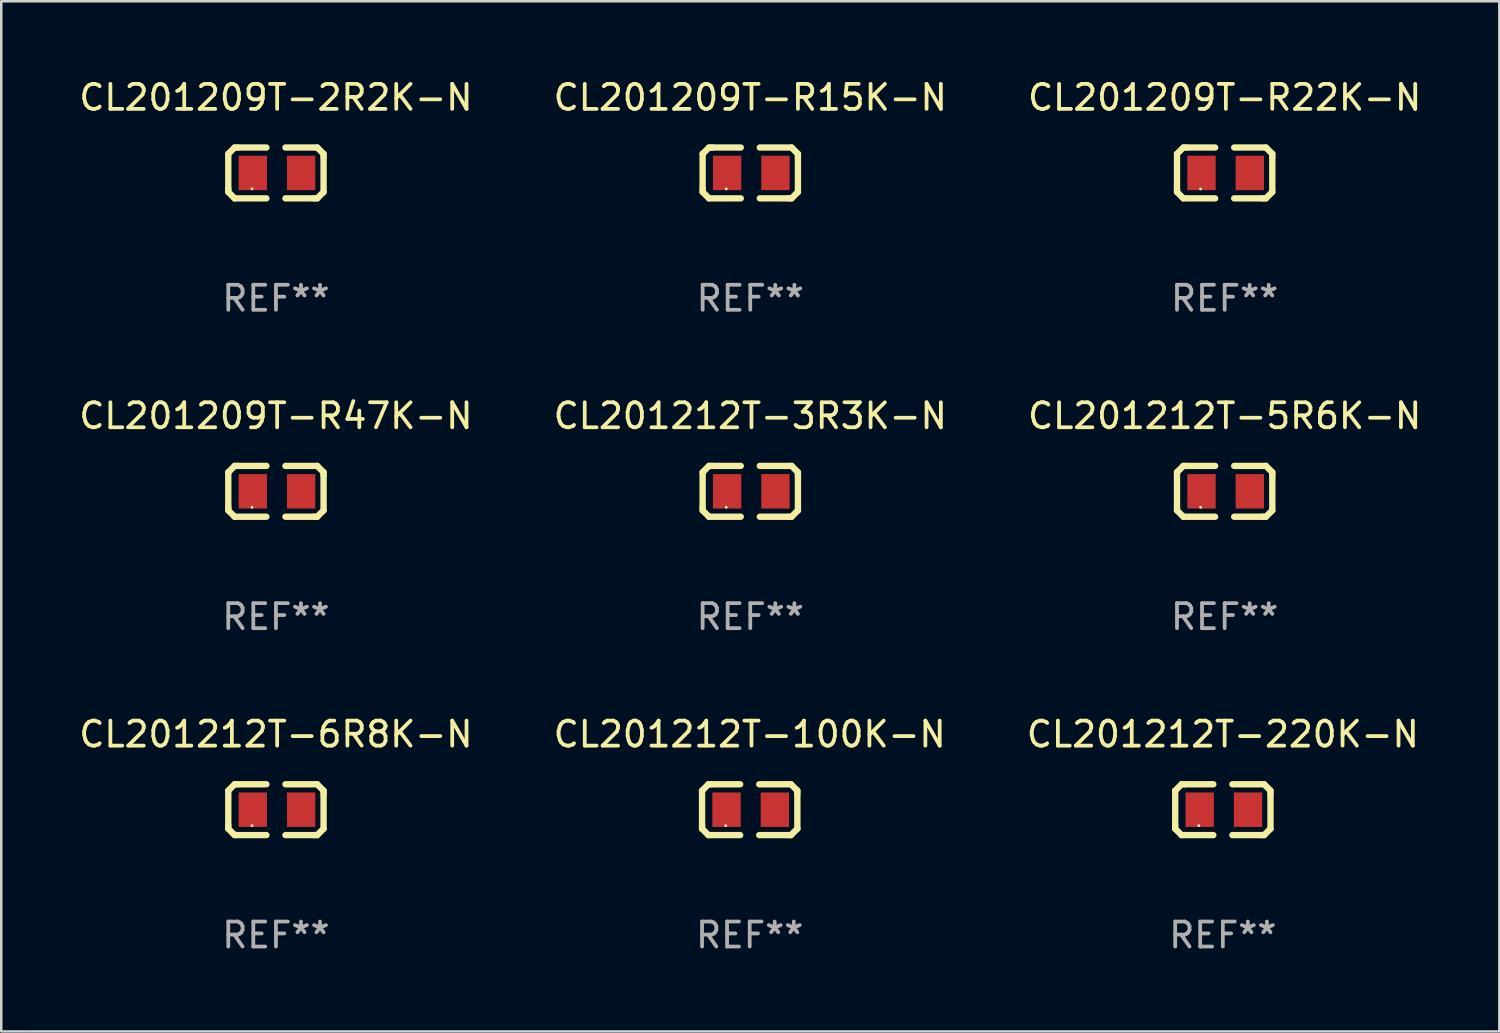
<source format=kicad_pcb>
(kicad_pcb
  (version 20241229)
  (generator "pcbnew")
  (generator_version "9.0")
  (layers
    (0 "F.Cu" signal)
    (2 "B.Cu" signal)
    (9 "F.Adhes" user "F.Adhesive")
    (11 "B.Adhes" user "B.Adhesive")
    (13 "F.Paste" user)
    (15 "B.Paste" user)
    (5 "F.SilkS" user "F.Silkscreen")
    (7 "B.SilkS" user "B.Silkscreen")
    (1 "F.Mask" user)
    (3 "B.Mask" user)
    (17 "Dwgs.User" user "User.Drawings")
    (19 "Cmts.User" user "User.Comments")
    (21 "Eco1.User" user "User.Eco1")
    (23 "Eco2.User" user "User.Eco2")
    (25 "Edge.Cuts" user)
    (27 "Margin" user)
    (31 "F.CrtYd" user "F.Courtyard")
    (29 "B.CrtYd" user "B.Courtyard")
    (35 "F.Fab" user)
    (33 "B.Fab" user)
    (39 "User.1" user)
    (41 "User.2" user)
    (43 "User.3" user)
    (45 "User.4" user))
  (footprint "CL201212T-5R6K-N"
    (layer "F.Cu")
    (at 45.911 16.593)
    (property "Reference" "CL201212T-5R6K-N" (at 0 -3.016 0) (layer "F.SilkS") (effects (font (size 1 1) (thickness 0.15))))
    (attr through_hole)
    (fp_line (start -1.905 -0.762) (end -1.905 0.635) (stroke (width 0.254) (type solid)) (layer "F.SilkS"))
    (fp_line (start -1.905 0.635) (end -1.905 0.762) (stroke (width 0.254) (type solid)) (layer "F.SilkS"))
    (fp_line (start -1.905 0.762) (end -1.651 1.016) (stroke (width 0.254) (type solid)) (layer "F.SilkS"))
    (fp_line (start -1.651 -1.016) (end -1.905 -0.762) (stroke (width 0.254) (type solid)) (layer "F.SilkS"))
    (fp_line (start -1.651 1.016) (end -0.381 1.016) (stroke (width 0.254) (type solid)) (layer "F.SilkS"))
    (fp_line (start -1.524 -1.016) (end -1.651 -1.016) (stroke (width 0.254) (type solid)) (layer "F.SilkS"))
    (fp_line (start -0.381 -1.016) (end -1.524 -1.016) (stroke (width 0.254) (type solid)) (layer "F.SilkS"))
    (fp_line (start 0.381 1.016) (end 1.524 1.016) (stroke (width 0.254) (type solid)) (layer "F.SilkS"))
    (fp_line (start 1.524 1.016) (end 1.651 1.016) (stroke (width 0.254) (type solid)) (layer "F.SilkS"))
    (fp_line (start 1.651 -1.016) (end 0.381 -1.016) (stroke (width 0.254) (type solid)) (layer "F.SilkS"))
    (fp_line (start 1.651 1.016) (end 1.905 0.762) (stroke (width 0.254) (type solid)) (layer "F.SilkS"))
    (fp_line (start 1.905 -0.762) (end 1.651 -1.016) (stroke (width 0.254) (type solid)) (layer "F.SilkS"))
    (fp_line (start 1.905 -0.635) (end 1.905 -0.762) (stroke (width 0.254) (type solid)) (layer "F.SilkS"))
    (fp_line (start 1.905 0.762) (end 1.905 -0.635) (stroke (width 0.254) (type solid)) (layer "F.SilkS"))
    (fp_circle (center -0.96 0.637) (end -0.93 0.637) (stroke (width 0.06) (type solid)) (fill no) (layer "F.SilkS"))
    (fp_text user "REF**" (at 0 5.016 0) (layer "F.Fab") (effects (font (size 1 1) (thickness 0.15))))
    (pad "1" smd rect (at -0.926 -0.000051) (size 1.133 1.377) (layers "F.Cu" "F.Mask" "F.Paste"))
    (pad "2" smd rect (at 1.006 -0.000051) (size 1.133 1.377) (layers "F.Cu" "F.Mask" "F.Paste")))
  (footprint "CL201209T-R47K-N"
    (layer "F.Cu")
    (at 7.982 16.593)
    (property "Reference" "CL201209T-R47K-N" (at 0 -3.016 0) (layer "F.SilkS") (effects (font (size 1 1) (thickness 0.15))))
    (attr through_hole)
    (fp_line (start -1.905 -0.762) (end -1.905 0.635) (stroke (width 0.254) (type solid)) (layer "F.SilkS"))
    (fp_line (start -1.905 0.635) (end -1.905 0.762) (stroke (width 0.254) (type solid)) (layer "F.SilkS"))
    (fp_line (start -1.905 0.762) (end -1.651 1.016) (stroke (width 0.254) (type solid)) (layer "F.SilkS"))
    (fp_line (start -1.651 -1.016) (end -1.905 -0.762) (stroke (width 0.254) (type solid)) (layer "F.SilkS"))
    (fp_line (start -1.651 1.016) (end -0.381 1.016) (stroke (width 0.254) (type solid)) (layer "F.SilkS"))
    (fp_line (start -1.524 -1.016) (end -1.651 -1.016) (stroke (width 0.254) (type solid)) (layer "F.SilkS"))
    (fp_line (start -0.381 -1.016) (end -1.524 -1.016) (stroke (width 0.254) (type solid)) (layer "F.SilkS"))
    (fp_line (start 0.381 1.016) (end 1.524 1.016) (stroke (width 0.254) (type solid)) (layer "F.SilkS"))
    (fp_line (start 1.524 1.016) (end 1.651 1.016) (stroke (width 0.254) (type solid)) (layer "F.SilkS"))
    (fp_line (start 1.651 -1.016) (end 0.381 -1.016) (stroke (width 0.254) (type solid)) (layer "F.SilkS"))
    (fp_line (start 1.651 1.016) (end 1.905 0.762) (stroke (width 0.254) (type solid)) (layer "F.SilkS"))
    (fp_line (start 1.905 -0.762) (end 1.651 -1.016) (stroke (width 0.254) (type solid)) (layer "F.SilkS"))
    (fp_line (start 1.905 -0.635) (end 1.905 -0.762) (stroke (width 0.254) (type solid)) (layer "F.SilkS"))
    (fp_line (start 1.905 0.762) (end 1.905 -0.635) (stroke (width 0.254) (type solid)) (layer "F.SilkS"))
    (fp_circle (center -0.96 0.637) (end -0.93 0.637) (stroke (width 0.06) (type solid)) (fill no) (layer "F.SilkS"))
    (fp_text user "REF**" (at 0 5.016 0) (layer "F.Fab") (effects (font (size 1 1) (thickness 0.15))))
    (pad "1" smd rect (at -0.926 -0.000051) (size 1.133 1.377) (layers "F.Cu" "F.Mask" "F.Paste"))
    (pad "2" smd rect (at 1.006 -0.000051) (size 1.133 1.377) (layers "F.Cu" "F.Mask" "F.Paste")))
  (footprint "CL201212T-100K-N"
    (layer "F.Cu")
    (at 26.923 29.321)
    (property "Reference" "CL201212T-100K-N" (at 0 -3.016 0) (layer "F.SilkS") (effects (font (size 1 1) (thickness 0.15))))
    (attr through_hole)
    (fp_line (start -1.905 -0.762) (end -1.905 0.635) (stroke (width 0.254) (type solid)) (layer "F.SilkS"))
    (fp_line (start -1.905 0.635) (end -1.905 0.762) (stroke (width 0.254) (type solid)) (layer "F.SilkS"))
    (fp_line (start -1.905 0.762) (end -1.651 1.016) (stroke (width 0.254) (type solid)) (layer "F.SilkS"))
    (fp_line (start -1.651 -1.016) (end -1.905 -0.762) (stroke (width 0.254) (type solid)) (layer "F.SilkS"))
    (fp_line (start -1.651 1.016) (end -0.381 1.016) (stroke (width 0.254) (type solid)) (layer "F.SilkS"))
    (fp_line (start -1.524 -1.016) (end -1.651 -1.016) (stroke (width 0.254) (type solid)) (layer "F.SilkS"))
    (fp_line (start -0.381 -1.016) (end -1.524 -1.016) (stroke (width 0.254) (type solid)) (layer "F.SilkS"))
    (fp_line (start 0.381 1.016) (end 1.524 1.016) (stroke (width 0.254) (type solid)) (layer "F.SilkS"))
    (fp_line (start 1.524 1.016) (end 1.651 1.016) (stroke (width 0.254) (type solid)) (layer "F.SilkS"))
    (fp_line (start 1.651 -1.016) (end 0.381 -1.016) (stroke (width 0.254) (type solid)) (layer "F.SilkS"))
    (fp_line (start 1.651 1.016) (end 1.905 0.762) (stroke (width 0.254) (type solid)) (layer "F.SilkS"))
    (fp_line (start 1.905 -0.762) (end 1.651 -1.016) (stroke (width 0.254) (type solid)) (layer "F.SilkS"))
    (fp_line (start 1.905 -0.635) (end 1.905 -0.762) (stroke (width 0.254) (type solid)) (layer "F.SilkS"))
    (fp_line (start 1.905 0.762) (end 1.905 -0.635) (stroke (width 0.254) (type solid)) (layer "F.SilkS"))
    (fp_circle (center -0.96 0.637) (end -0.93 0.637) (stroke (width 0.06) (type solid)) (fill no) (layer "F.SilkS"))
    (fp_text user "REF**" (at 0 5.016 0) (layer "F.Fab") (effects (font (size 1 1) (thickness 0.15))))
    (pad "1" smd rect (at -0.926 -0.000051) (size 1.133 1.377) (layers "F.Cu" "F.Mask" "F.Paste"))
    (pad "2" smd rect (at 1.006 -0.000051) (size 1.133 1.377) (layers "F.Cu" "F.Mask" "F.Paste")))
  (footprint "CL201209T-2R2K-N"
    (layer "F.Cu")
    (at 7.982 3.864)
    (property "Reference" "CL201209T-2R2K-N" (at 0 -3.016 0) (layer "F.SilkS") (effects (font (size 1 1) (thickness 0.15))))
    (attr through_hole)
    (fp_line (start -1.905 -0.762) (end -1.905 0.635) (stroke (width 0.254) (type solid)) (layer "F.SilkS"))
    (fp_line (start -1.905 0.635) (end -1.905 0.762) (stroke (width 0.254) (type solid)) (layer "F.SilkS"))
    (fp_line (start -1.905 0.762) (end -1.651 1.016) (stroke (width 0.254) (type solid)) (layer "F.SilkS"))
    (fp_line (start -1.651 -1.016) (end -1.905 -0.762) (stroke (width 0.254) (type solid)) (layer "F.SilkS"))
    (fp_line (start -1.651 1.016) (end -0.381 1.016) (stroke (width 0.254) (type solid)) (layer "F.SilkS"))
    (fp_line (start -1.524 -1.016) (end -1.651 -1.016) (stroke (width 0.254) (type solid)) (layer "F.SilkS"))
    (fp_line (start -0.381 -1.016) (end -1.524 -1.016) (stroke (width 0.254) (type solid)) (layer "F.SilkS"))
    (fp_line (start 0.381 1.016) (end 1.524 1.016) (stroke (width 0.254) (type solid)) (layer "F.SilkS"))
    (fp_line (start 1.524 1.016) (end 1.651 1.016) (stroke (width 0.254) (type solid)) (layer "F.SilkS"))
    (fp_line (start 1.651 -1.016) (end 0.381 -1.016) (stroke (width 0.254) (type solid)) (layer "F.SilkS"))
    (fp_line (start 1.651 1.016) (end 1.905 0.762) (stroke (width 0.254) (type solid)) (layer "F.SilkS"))
    (fp_line (start 1.905 -0.762) (end 1.651 -1.016) (stroke (width 0.254) (type solid)) (layer "F.SilkS"))
    (fp_line (start 1.905 -0.635) (end 1.905 -0.762) (stroke (width 0.254) (type solid)) (layer "F.SilkS"))
    (fp_line (start 1.905 0.762) (end 1.905 -0.635) (stroke (width 0.254) (type solid)) (layer "F.SilkS"))
    (fp_circle (center -0.96 0.637) (end -0.93 0.637) (stroke (width 0.06) (type solid)) (fill no) (layer "F.SilkS"))
    (fp_text user "REF**" (at 0 5.016 0) (layer "F.Fab") (effects (font (size 1 1) (thickness 0.15))))
    (pad "1" smd rect (at -0.926 -0.000051) (size 1.133 1.377) (layers "F.Cu" "F.Mask" "F.Paste"))
    (pad "2" smd rect (at 1.006 -0.000051) (size 1.133 1.377) (layers "F.Cu" "F.Mask" "F.Paste")))
  (footprint "CL201212T-6R8K-N"
    (layer "F.Cu")
    (at 7.982 29.321)
    (property "Reference" "CL201212T-6R8K-N" (at 0 -3.016 0) (layer "F.SilkS") (effects (font (size 1 1) (thickness 0.15))))
    (attr through_hole)
    (fp_line (start -1.905 -0.762) (end -1.905 0.635) (stroke (width 0.254) (type solid)) (layer "F.SilkS"))
    (fp_line (start -1.905 0.635) (end -1.905 0.762) (stroke (width 0.254) (type solid)) (layer "F.SilkS"))
    (fp_line (start -1.905 0.762) (end -1.651 1.016) (stroke (width 0.254) (type solid)) (layer "F.SilkS"))
    (fp_line (start -1.651 -1.016) (end -1.905 -0.762) (stroke (width 0.254) (type solid)) (layer "F.SilkS"))
    (fp_line (start -1.651 1.016) (end -0.381 1.016) (stroke (width 0.254) (type solid)) (layer "F.SilkS"))
    (fp_line (start -1.524 -1.016) (end -1.651 -1.016) (stroke (width 0.254) (type solid)) (layer "F.SilkS"))
    (fp_line (start -0.381 -1.016) (end -1.524 -1.016) (stroke (width 0.254) (type solid)) (layer "F.SilkS"))
    (fp_line (start 0.381 1.016) (end 1.524 1.016) (stroke (width 0.254) (type solid)) (layer "F.SilkS"))
    (fp_line (start 1.524 1.016) (end 1.651 1.016) (stroke (width 0.254) (type solid)) (layer "F.SilkS"))
    (fp_line (start 1.651 -1.016) (end 0.381 -1.016) (stroke (width 0.254) (type solid)) (layer "F.SilkS"))
    (fp_line (start 1.651 1.016) (end 1.905 0.762) (stroke (width 0.254) (type solid)) (layer "F.SilkS"))
    (fp_line (start 1.905 -0.762) (end 1.651 -1.016) (stroke (width 0.254) (type solid)) (layer "F.SilkS"))
    (fp_line (start 1.905 -0.635) (end 1.905 -0.762) (stroke (width 0.254) (type solid)) (layer "F.SilkS"))
    (fp_line (start 1.905 0.762) (end 1.905 -0.635) (stroke (width 0.254) (type solid)) (layer "F.SilkS"))
    (fp_circle (center -0.96 0.637) (end -0.93 0.637) (stroke (width 0.06) (type solid)) (fill no) (layer "F.SilkS"))
    (fp_text user "REF**" (at 0 5.016 0) (layer "F.Fab") (effects (font (size 1 1) (thickness 0.15))))
    (pad "1" smd rect (at -0.926 -0.000051) (size 1.133 1.377) (layers "F.Cu" "F.Mask" "F.Paste"))
    (pad "2" smd rect (at 1.006 -0.000051) (size 1.133 1.377) (layers "F.Cu" "F.Mask" "F.Paste")))
  (footprint "CL201212T-3R3K-N"
    (layer "F.Cu")
    (at 26.946 16.593)
    (property "Reference" "CL201212T-3R3K-N" (at 0 -3.016 0) (layer "F.SilkS") (effects (font (size 1 1) (thickness 0.15))))
    (attr through_hole)
    (fp_line (start -1.905 -0.762) (end -1.905 0.635) (stroke (width 0.254) (type solid)) (layer "F.SilkS"))
    (fp_line (start -1.905 0.635) (end -1.905 0.762) (stroke (width 0.254) (type solid)) (layer "F.SilkS"))
    (fp_line (start -1.905 0.762) (end -1.651 1.016) (stroke (width 0.254) (type solid)) (layer "F.SilkS"))
    (fp_line (start -1.651 -1.016) (end -1.905 -0.762) (stroke (width 0.254) (type solid)) (layer "F.SilkS"))
    (fp_line (start -1.651 1.016) (end -0.381 1.016) (stroke (width 0.254) (type solid)) (layer "F.SilkS"))
    (fp_line (start -1.524 -1.016) (end -1.651 -1.016) (stroke (width 0.254) (type solid)) (layer "F.SilkS"))
    (fp_line (start -0.381 -1.016) (end -1.524 -1.016) (stroke (width 0.254) (type solid)) (layer "F.SilkS"))
    (fp_line (start 0.381 1.016) (end 1.524 1.016) (stroke (width 0.254) (type solid)) (layer "F.SilkS"))
    (fp_line (start 1.524 1.016) (end 1.651 1.016) (stroke (width 0.254) (type solid)) (layer "F.SilkS"))
    (fp_line (start 1.651 -1.016) (end 0.381 -1.016) (stroke (width 0.254) (type solid)) (layer "F.SilkS"))
    (fp_line (start 1.651 1.016) (end 1.905 0.762) (stroke (width 0.254) (type solid)) (layer "F.SilkS"))
    (fp_line (start 1.905 -0.762) (end 1.651 -1.016) (stroke (width 0.254) (type solid)) (layer "F.SilkS"))
    (fp_line (start 1.905 -0.635) (end 1.905 -0.762) (stroke (width 0.254) (type solid)) (layer "F.SilkS"))
    (fp_line (start 1.905 0.762) (end 1.905 -0.635) (stroke (width 0.254) (type solid)) (layer "F.SilkS"))
    (fp_circle (center -0.96 0.637) (end -0.93 0.637) (stroke (width 0.06) (type solid)) (fill no) (layer "F.SilkS"))
    (fp_text user "REF**" (at 0 5.016 0) (layer "F.Fab") (effects (font (size 1 1) (thickness 0.15))))
    (pad "1" smd rect (at -0.926 -0.000051) (size 1.133 1.377) (layers "F.Cu" "F.Mask" "F.Paste"))
    (pad "2" smd rect (at 1.006 -0.000051) (size 1.133 1.377) (layers "F.Cu" "F.Mask" "F.Paste")))
  (footprint "CL201209T-R15K-N"
    (layer "F.Cu")
    (at 26.946 3.864)
    (property "Reference" "CL201209T-R15K-N" (at 0 -3.016 0) (layer "F.SilkS") (effects (font (size 1 1) (thickness 0.15))))
    (attr through_hole)
    (fp_line (start -1.905 -0.762) (end -1.905 0.635) (stroke (width 0.254) (type solid)) (layer "F.SilkS"))
    (fp_line (start -1.905 0.635) (end -1.905 0.762) (stroke (width 0.254) (type solid)) (layer "F.SilkS"))
    (fp_line (start -1.905 0.762) (end -1.651 1.016) (stroke (width 0.254) (type solid)) (layer "F.SilkS"))
    (fp_line (start -1.651 -1.016) (end -1.905 -0.762) (stroke (width 0.254) (type solid)) (layer "F.SilkS"))
    (fp_line (start -1.651 1.016) (end -0.381 1.016) (stroke (width 0.254) (type solid)) (layer "F.SilkS"))
    (fp_line (start -1.524 -1.016) (end -1.651 -1.016) (stroke (width 0.254) (type solid)) (layer "F.SilkS"))
    (fp_line (start -0.381 -1.016) (end -1.524 -1.016) (stroke (width 0.254) (type solid)) (layer "F.SilkS"))
    (fp_line (start 0.381 1.016) (end 1.524 1.016) (stroke (width 0.254) (type solid)) (layer "F.SilkS"))
    (fp_line (start 1.524 1.016) (end 1.651 1.016) (stroke (width 0.254) (type solid)) (layer "F.SilkS"))
    (fp_line (start 1.651 -1.016) (end 0.381 -1.016) (stroke (width 0.254) (type solid)) (layer "F.SilkS"))
    (fp_line (start 1.651 1.016) (end 1.905 0.762) (stroke (width 0.254) (type solid)) (layer "F.SilkS"))
    (fp_line (start 1.905 -0.762) (end 1.651 -1.016) (stroke (width 0.254) (type solid)) (layer "F.SilkS"))
    (fp_line (start 1.905 -0.635) (end 1.905 -0.762) (stroke (width 0.254) (type solid)) (layer "F.SilkS"))
    (fp_line (start 1.905 0.762) (end 1.905 -0.635) (stroke (width 0.254) (type solid)) (layer "F.SilkS"))
    (fp_circle (center -0.96 0.637) (end -0.93 0.637) (stroke (width 0.06) (type solid)) (fill no) (layer "F.SilkS"))
    (fp_text user "REF**" (at 0 5.016 0) (layer "F.Fab") (effects (font (size 1 1) (thickness 0.15))))
    (pad "1" smd rect (at -0.926 -0.000051) (size 1.133 1.377) (layers "F.Cu" "F.Mask" "F.Paste"))
    (pad "2" smd rect (at 1.006 -0.000051) (size 1.133 1.377) (layers "F.Cu" "F.Mask" "F.Paste")))
  (footprint "CL201209T-R22K-N"
    (layer "F.Cu")
    (at 45.911 3.864)
    (property "Reference" "CL201209T-R22K-N" (at 0 -3.016 0) (layer "F.SilkS") (effects (font (size 1 1) (thickness 0.15))))
    (attr through_hole)
    (fp_line (start -1.905 -0.762) (end -1.905 0.635) (stroke (width 0.254) (type solid)) (layer "F.SilkS"))
    (fp_line (start -1.905 0.635) (end -1.905 0.762) (stroke (width 0.254) (type solid)) (layer "F.SilkS"))
    (fp_line (start -1.905 0.762) (end -1.651 1.016) (stroke (width 0.254) (type solid)) (layer "F.SilkS"))
    (fp_line (start -1.651 -1.016) (end -1.905 -0.762) (stroke (width 0.254) (type solid)) (layer "F.SilkS"))
    (fp_line (start -1.651 1.016) (end -0.381 1.016) (stroke (width 0.254) (type solid)) (layer "F.SilkS"))
    (fp_line (start -1.524 -1.016) (end -1.651 -1.016) (stroke (width 0.254) (type solid)) (layer "F.SilkS"))
    (fp_line (start -0.381 -1.016) (end -1.524 -1.016) (stroke (width 0.254) (type solid)) (layer "F.SilkS"))
    (fp_line (start 0.381 1.016) (end 1.524 1.016) (stroke (width 0.254) (type solid)) (layer "F.SilkS"))
    (fp_line (start 1.524 1.016) (end 1.651 1.016) (stroke (width 0.254) (type solid)) (layer "F.SilkS"))
    (fp_line (start 1.651 -1.016) (end 0.381 -1.016) (stroke (width 0.254) (type solid)) (layer "F.SilkS"))
    (fp_line (start 1.651 1.016) (end 1.905 0.762) (stroke (width 0.254) (type solid)) (layer "F.SilkS"))
    (fp_line (start 1.905 -0.762) (end 1.651 -1.016) (stroke (width 0.254) (type solid)) (layer "F.SilkS"))
    (fp_line (start 1.905 -0.635) (end 1.905 -0.762) (stroke (width 0.254) (type solid)) (layer "F.SilkS"))
    (fp_line (start 1.905 0.762) (end 1.905 -0.635) (stroke (width 0.254) (type solid)) (layer "F.SilkS"))
    (fp_circle (center -0.96 0.637) (end -0.93 0.637) (stroke (width 0.06) (type solid)) (fill no) (layer "F.SilkS"))
    (fp_text user "REF**" (at 0 5.016 0) (layer "F.Fab") (effects (font (size 1 1) (thickness 0.15))))
    (pad "1" smd rect (at -0.926 -0.000051) (size 1.133 1.377) (layers "F.Cu" "F.Mask" "F.Paste"))
    (pad "2" smd rect (at 1.006 -0.000051) (size 1.133 1.377) (layers "F.Cu" "F.Mask" "F.Paste")))
  (footprint "CL201212T-220K-N"
    (layer "F.Cu")
    (at 45.839 29.321)
    (property "Reference" "CL201212T-220K-N" (at 0 -3.016 0) (layer "F.SilkS") (effects (font (size 1 1) (thickness 0.15))))
    (attr through_hole)
    (fp_line (start -1.905 -0.762) (end -1.905 0.635) (stroke (width 0.254) (type solid)) (layer "F.SilkS"))
    (fp_line (start -1.905 0.635) (end -1.905 0.762) (stroke (width 0.254) (type solid)) (layer "F.SilkS"))
    (fp_line (start -1.905 0.762) (end -1.651 1.016) (stroke (width 0.254) (type solid)) (layer "F.SilkS"))
    (fp_line (start -1.651 -1.016) (end -1.905 -0.762) (stroke (width 0.254) (type solid)) (layer "F.SilkS"))
    (fp_line (start -1.651 1.016) (end -0.381 1.016) (stroke (width 0.254) (type solid)) (layer "F.SilkS"))
    (fp_line (start -1.524 -1.016) (end -1.651 -1.016) (stroke (width 0.254) (type solid)) (layer "F.SilkS"))
    (fp_line (start -0.381 -1.016) (end -1.524 -1.016) (stroke (width 0.254) (type solid)) (layer "F.SilkS"))
    (fp_line (start 0.381 1.016) (end 1.524 1.016) (stroke (width 0.254) (type solid)) (layer "F.SilkS"))
    (fp_line (start 1.524 1.016) (end 1.651 1.016) (stroke (width 0.254) (type solid)) (layer "F.SilkS"))
    (fp_line (start 1.651 -1.016) (end 0.381 -1.016) (stroke (width 0.254) (type solid)) (layer "F.SilkS"))
    (fp_line (start 1.651 1.016) (end 1.905 0.762) (stroke (width 0.254) (type solid)) (layer "F.SilkS"))
    (fp_line (start 1.905 -0.762) (end 1.651 -1.016) (stroke (width 0.254) (type solid)) (layer "F.SilkS"))
    (fp_line (start 1.905 -0.635) (end 1.905 -0.762) (stroke (width 0.254) (type solid)) (layer "F.SilkS"))
    (fp_line (start 1.905 0.762) (end 1.905 -0.635) (stroke (width 0.254) (type solid)) (layer "F.SilkS"))
    (fp_circle (center -0.96 0.637) (end -0.93 0.637) (stroke (width 0.06) (type solid)) (fill no) (layer "F.SilkS"))
    (fp_text user "REF**" (at 0 5.016 0) (layer "F.Fab") (effects (font (size 1 1) (thickness 0.15))))
    (pad "1" smd rect (at -0.926 -0.000051) (size 1.133 1.377) (layers "F.Cu" "F.Mask" "F.Paste"))
    (pad "2" smd rect (at 1.006 -0.000051) (size 1.133 1.377) (layers "F.Cu" "F.Mask" "F.Paste")))
  (gr_rect
    (start -3 -3)
    (end 56.893 38.186)
    (stroke (width 0.1) (type default))
    (fill no)
    (layer "Edge.Cuts")))
</source>
